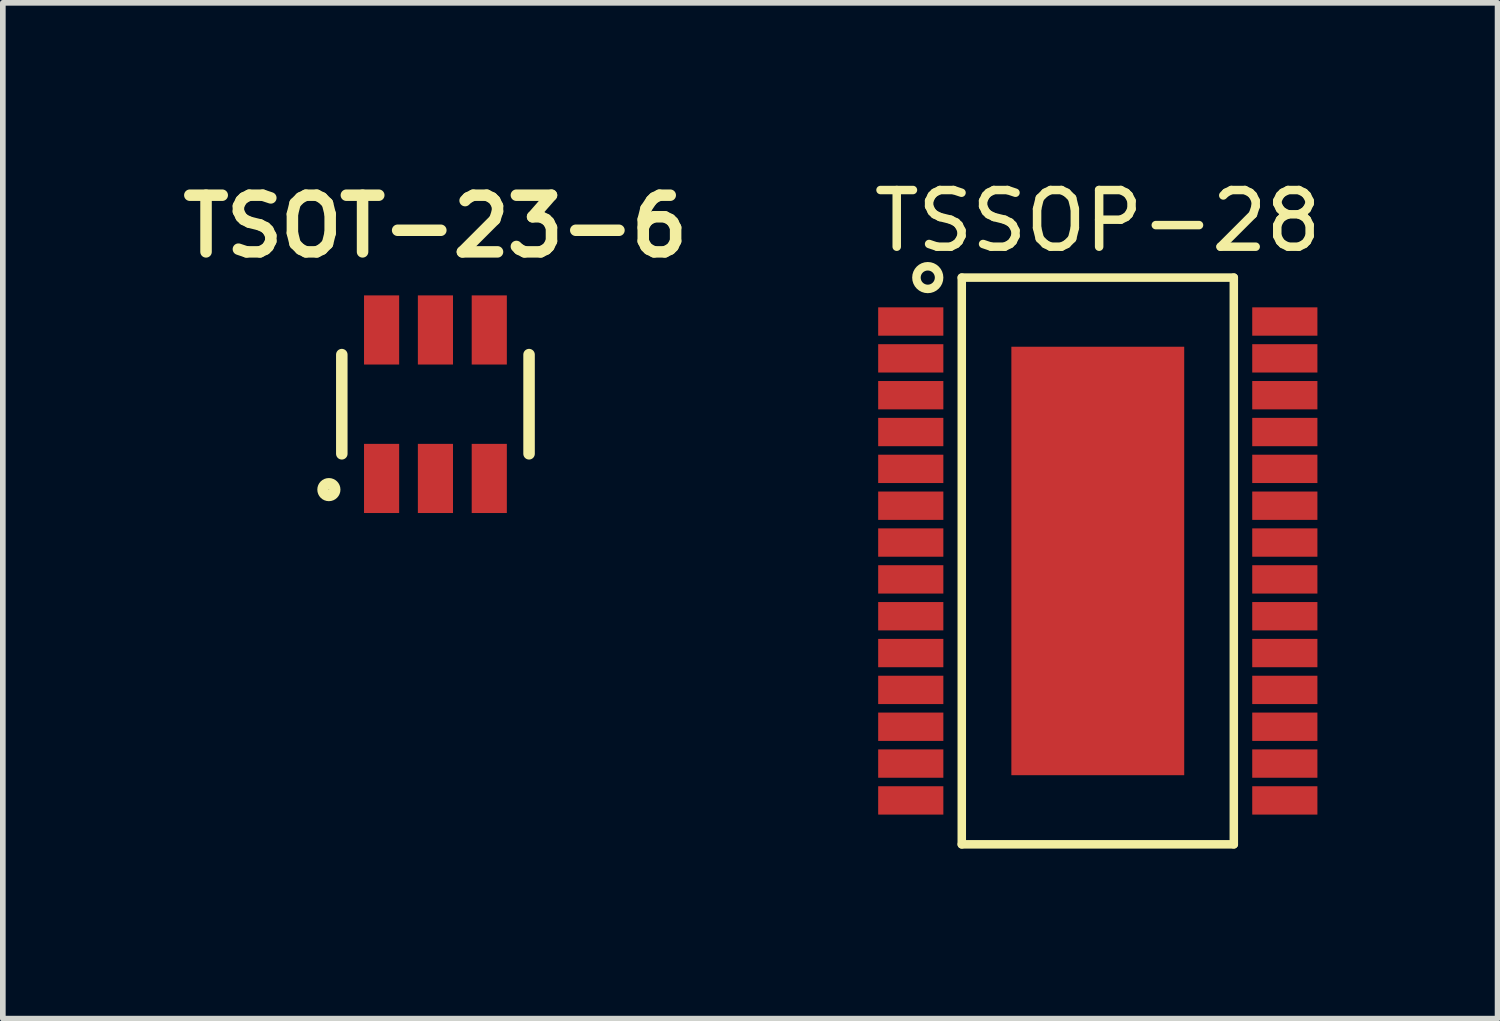
<source format=kicad_pcb>
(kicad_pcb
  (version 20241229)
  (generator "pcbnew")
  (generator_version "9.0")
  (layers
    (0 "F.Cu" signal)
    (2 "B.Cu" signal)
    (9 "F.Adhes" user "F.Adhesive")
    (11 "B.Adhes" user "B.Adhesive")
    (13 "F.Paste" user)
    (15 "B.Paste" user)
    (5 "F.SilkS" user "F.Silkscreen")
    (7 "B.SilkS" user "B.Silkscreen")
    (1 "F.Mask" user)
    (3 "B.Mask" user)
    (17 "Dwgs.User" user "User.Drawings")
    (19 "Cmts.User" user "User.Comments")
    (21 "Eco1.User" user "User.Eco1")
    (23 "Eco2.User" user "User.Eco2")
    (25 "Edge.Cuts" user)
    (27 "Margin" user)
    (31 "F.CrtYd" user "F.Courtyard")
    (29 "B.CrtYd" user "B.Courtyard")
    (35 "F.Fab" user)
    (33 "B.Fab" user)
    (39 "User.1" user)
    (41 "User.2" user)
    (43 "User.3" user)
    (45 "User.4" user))
  (footprint "TSSOP-28"
    (layer "F.Cu")
    (at 16.32 6.848)
    (property "Reference" "TSSOP-28" (at 0 -6 0) (layer "F.SilkS") (effects (font (size 1 1) (thickness 0.15))))
    (attr through_hole)
    (fp_line (start -2.4 -5) (end 2.4 -5) (stroke (width 0.15) (type solid)) (layer "F.SilkS"))
    (fp_line (start -2.4 5) (end -2.4 -5) (stroke (width 0.15) (type solid)) (layer "F.SilkS"))
    (fp_line (start -2.4 5) (end 2.4 5) (stroke (width 0.15) (type solid)) (layer "F.SilkS"))
    (fp_line (start 2.4 -5) (end 2.4 5) (stroke (width 0.15) (type solid)) (layer "F.SilkS"))
    (fp_circle (center -3 -5) (end -3 -5.2) (stroke (width 0.15) (type solid)) (fill no) (layer "F.SilkS"))
    (pad "1" smd rect (at -3.3 -4.225) (size 1.15 0.5) (layers "F.Cu" "F.Mask" "F.Paste"))
    (pad "2" smd rect (at -3.3 -3.575) (size 1.15 0.5) (layers "F.Cu" "F.Mask" "F.Paste"))
    (pad "3" smd rect (at -3.3 -2.925) (size 1.15 0.5) (layers "F.Cu" "F.Mask" "F.Paste"))
    (pad "4" smd rect (at -3.3 -2.275) (size 1.15 0.5) (layers "F.Cu" "F.Mask" "F.Paste"))
    (pad "5" smd rect (at -3.3 -1.625) (size 1.15 0.5) (layers "F.Cu" "F.Mask" "F.Paste"))
    (pad "6" smd rect (at -3.3 -0.975) (size 1.15 0.5) (layers "F.Cu" "F.Mask" "F.Paste"))
    (pad "7" smd rect (at -3.3 -0.325) (size 1.15 0.5) (layers "F.Cu" "F.Mask" "F.Paste"))
    (pad "8" smd rect (at -3.3 0.325) (size 1.15 0.5) (layers "F.Cu" "F.Mask" "F.Paste"))
    (pad "9" smd rect (at -3.3 0.975) (size 1.15 0.5) (layers "F.Cu" "F.Mask" "F.Paste"))
    (pad "10" smd rect (at -3.3 1.625) (size 1.15 0.5) (layers "F.Cu" "F.Mask" "F.Paste"))
    (pad "11" smd rect (at -3.3 2.275) (size 1.15 0.5) (layers "F.Cu" "F.Mask" "F.Paste"))
    (pad "12" smd rect (at -3.3 2.925) (size 1.15 0.5) (layers "F.Cu" "F.Mask" "F.Paste"))
    (pad "13" smd rect (at -3.3 3.575) (size 1.15 0.5) (layers "F.Cu" "F.Mask" "F.Paste"))
    (pad "14" smd rect (at -3.3 4.225) (size 1.15 0.5) (layers "F.Cu" "F.Mask" "F.Paste"))
    (pad "15" smd rect (at 3.3 4.225) (size 1.15 0.5) (layers "F.Cu" "F.Mask" "F.Paste"))
    (pad "16" smd rect (at 3.3 3.575) (size 1.15 0.5) (layers "F.Cu" "F.Mask" "F.Paste"))
    (pad "17" smd rect (at 3.3 2.925) (size 1.15 0.5) (layers "F.Cu" "F.Mask" "F.Paste"))
    (pad "18" smd rect (at 3.3 2.275) (size 1.15 0.5) (layers "F.Cu" "F.Mask" "F.Paste"))
    (pad "19" smd rect (at 3.3 1.625) (size 1.15 0.5) (layers "F.Cu" "F.Mask" "F.Paste"))
    (pad "20" smd rect (at 3.3 0.975) (size 1.15 0.5) (layers "F.Cu" "F.Mask" "F.Paste"))
    (pad "21" smd rect (at 3.3 0.325) (size 1.15 0.5) (layers "F.Cu" "F.Mask" "F.Paste"))
    (pad "22" smd rect (at 3.3 -0.325) (size 1.15 0.5) (layers "F.Cu" "F.Mask" "F.Paste"))
    (pad "23" smd rect (at 3.3 -0.975) (size 1.15 0.5) (layers "F.Cu" "F.Mask" "F.Paste"))
    (pad "24" smd rect (at 3.3 -1.625) (size 1.15 0.5) (layers "F.Cu" "F.Mask" "F.Paste"))
    (pad "25" smd rect (at 3.3 -2.275) (size 1.15 0.5) (layers "F.Cu" "F.Mask" "F.Paste"))
    (pad "26" smd rect (at 3.3 -2.925) (size 1.15 0.5) (layers "F.Cu" "F.Mask" "F.Paste"))
    (pad "27" smd rect (at 3.3 -3.575) (size 1.15 0.5) (layers "F.Cu" "F.Mask" "F.Paste"))
    (pad "28" smd rect (at 3.3 -4.225) (size 1.15 0.5) (layers "F.Cu" "F.Mask" "F.Paste"))
    (pad "29" smd rect (at 0 0) (size 3.05 7.56) (layers "F.Cu" "F.Mask" "F.Paste")))
  (footprint "TSOT-23-6"
    (layer "F.Cu")
    (at 4.633 4.082)
    (property "Reference" "TSOT-23-6" (at 0 -3.14 0) (layer "F.SilkS") (effects (font (size 1 1) (thickness 0.203))))
    (attr through_hole)
    (fp_line (start -1.652 -0.875) (end -1.652 0.875) (stroke (width 0.203) (type solid)) (layer "F.SilkS"))
    (fp_line (start 1.652 -0.875) (end 1.652 0.875) (stroke (width 0.203) (type solid)) (layer "F.SilkS"))
    (fp_circle (center -1.88 1.507) (end -1.81 1.43) (stroke (width 0.2) (type solid)) (fill no) (layer "F.SilkS"))
    (pad "1" smd rect (at -0.95 1.31) (size 0.62 1.22) (layers "F.Cu" "F.Mask" "F.Paste"))
    (pad "2" smd rect (at 0 1.31) (size 0.62 1.22) (layers "F.Cu" "F.Mask" "F.Paste"))
    (pad "3" smd rect (at 0.95 1.31) (size 0.62 1.22) (layers "F.Cu" "F.Mask" "F.Paste"))
    (pad "4" smd rect (at 0.95 -1.31) (size 0.62 1.22) (layers "F.Cu" "F.Mask" "F.Paste"))
    (pad "5" smd rect (at 0 -1.31) (size 0.62 1.22) (layers "F.Cu" "F.Mask" "F.Paste"))
    (pad "6" smd rect (at -0.95 -1.31) (size 0.62 1.22) (layers "F.Cu" "F.Mask" "F.Paste")))
  (gr_rect
    (start -3 -3)
    (end 23.374 14.923)
    (stroke (width 0.1) (type default))
    (fill no)
    (layer "Edge.Cuts")))
</source>
